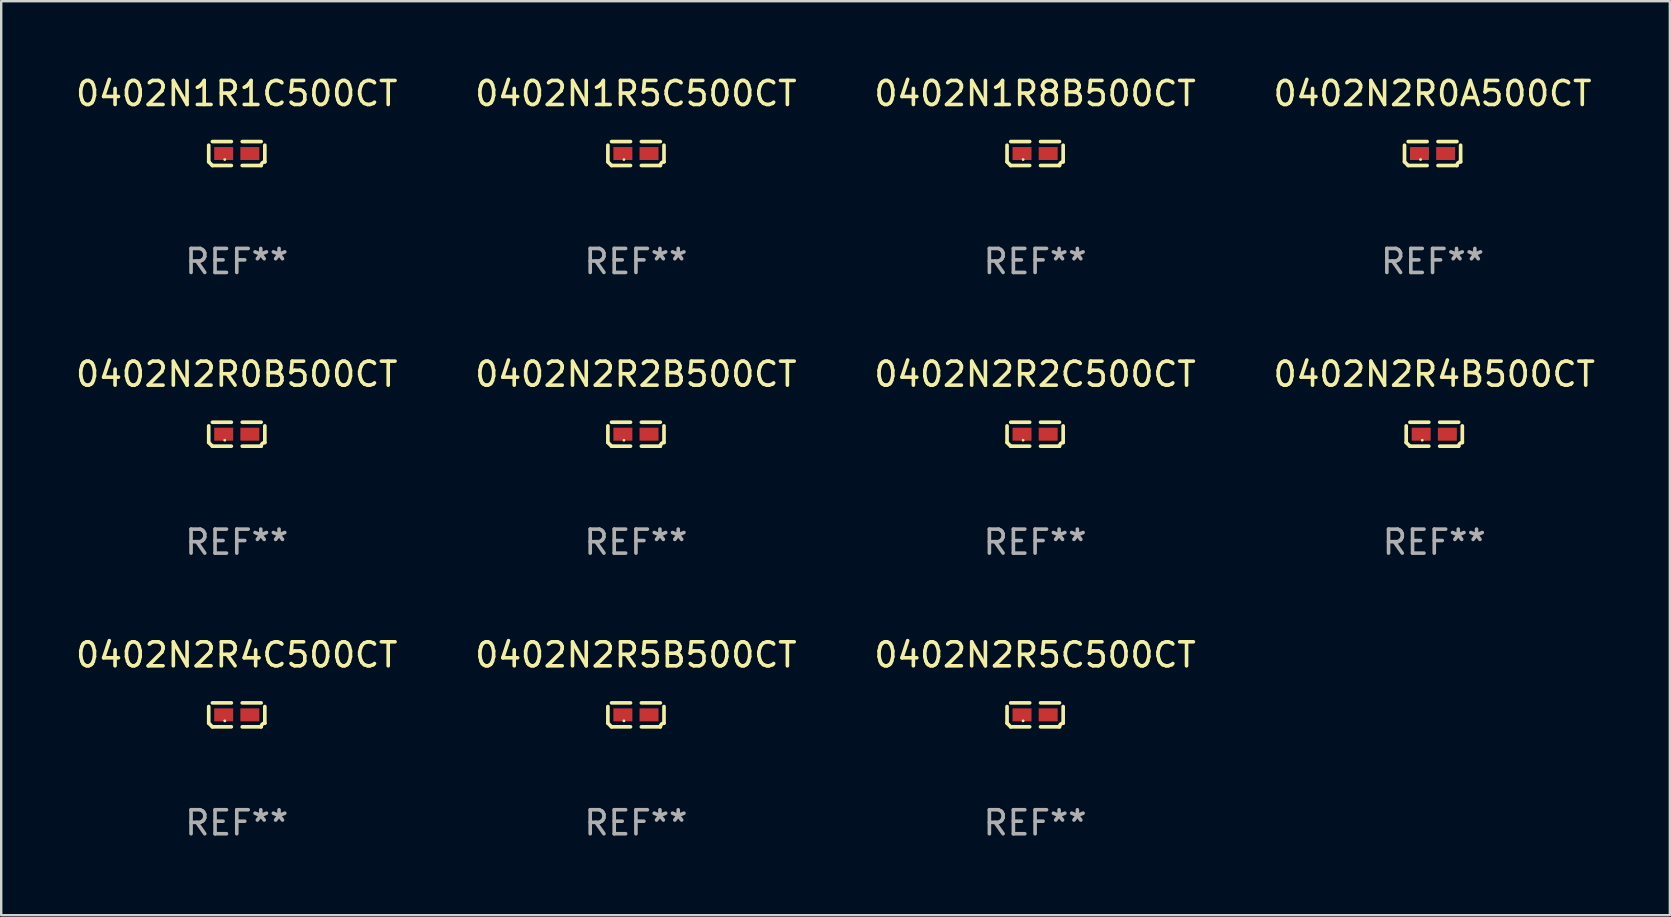
<source format=kicad_pcb>
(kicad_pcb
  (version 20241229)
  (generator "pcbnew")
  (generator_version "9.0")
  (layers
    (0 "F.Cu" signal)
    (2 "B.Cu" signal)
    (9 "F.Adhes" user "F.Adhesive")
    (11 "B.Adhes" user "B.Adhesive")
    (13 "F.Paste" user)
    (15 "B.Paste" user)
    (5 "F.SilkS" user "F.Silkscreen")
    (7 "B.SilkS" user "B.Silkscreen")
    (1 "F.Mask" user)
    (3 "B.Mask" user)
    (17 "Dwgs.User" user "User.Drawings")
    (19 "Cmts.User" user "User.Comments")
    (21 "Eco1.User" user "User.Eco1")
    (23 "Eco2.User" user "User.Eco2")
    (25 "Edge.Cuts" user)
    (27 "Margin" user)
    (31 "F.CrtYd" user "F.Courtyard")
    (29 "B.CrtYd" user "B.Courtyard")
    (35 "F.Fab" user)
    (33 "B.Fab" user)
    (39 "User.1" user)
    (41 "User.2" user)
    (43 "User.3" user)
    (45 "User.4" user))
  (footprint "0402N2R5C500CT"
    (layer "F.Cu")
    (at 40.077 26.734)
    (property "Reference" "0402N2R5C500CT" (at 0 -2.499 0) (layer "F.SilkS") (effects (font (size 1 1) (thickness 0.15))))
    (attr through_hole)
    (fp_line (start -1.169 0.346) (end -1.169 -0.346) (stroke (width 0.152) (type solid)) (layer "F.SilkS"))
    (fp_line (start -1.016 -0.499) (end -0.226 -0.499) (stroke (width 0.152) (type solid)) (layer "F.SilkS"))
    (fp_line (start -0.226 0.499) (end -1.016 0.499) (stroke (width 0.152) (type solid)) (layer "F.SilkS"))
    (fp_line (start 0.226 0.499) (end 1.016 0.499) (stroke (width 0.152) (type solid)) (layer "F.SilkS"))
    (fp_line (start 1.016 -0.499) (end 0.226 -0.499) (stroke (width 0.152) (type solid)) (layer "F.SilkS"))
    (fp_line (start 1.169 0.346) (end 1.169 -0.346) (stroke (width 0.152) (type solid)) (layer "F.SilkS"))
    (fp_arc (start -1.016307 0.498603) (mid -1.092512 0.422405) (end -1.16871 0.3462) (stroke (width 0.1524) (type solid)) (layer "F.SilkS"))
    (fp_arc (start 1.016307 0.498603) (mid 1.060899 0.390758) (end 1.168707 0.346076) (stroke (width 0.1524) (type solid)) (layer "F.SilkS"))
    (fp_circle (center -0.5 0.25) (end -0.47 0.25) (stroke (width 0.06) (type solid)) (fill no) (layer "F.SilkS"))
    (fp_text user "REF**" (at 0 4.499 0) (layer "F.Fab") (effects (font (size 1 1) (thickness 0.15))))
    (pad "1" smd rect (at -0.545 0) (size 0.79 0.54) (layers "F.Cu" "F.Mask" "F.Paste"))
    (pad "2" smd rect (at 0.545 0) (size 0.79 0.54) (layers "F.Cu" "F.Mask" "F.Paste")))
  (footprint "0402N1R8B500CT"
    (layer "F.Cu")
    (at 40.077 3.347)
    (property "Reference" "0402N1R8B500CT" (at 0 -2.499 0) (layer "F.SilkS") (effects (font (size 1 1) (thickness 0.15))))
    (attr through_hole)
    (fp_line (start -1.169 0.346) (end -1.169 -0.346) (stroke (width 0.152) (type solid)) (layer "F.SilkS"))
    (fp_line (start -1.016 -0.499) (end -0.226 -0.499) (stroke (width 0.152) (type solid)) (layer "F.SilkS"))
    (fp_line (start -0.226 0.499) (end -1.016 0.499) (stroke (width 0.152) (type solid)) (layer "F.SilkS"))
    (fp_line (start 0.226 0.499) (end 1.016 0.499) (stroke (width 0.152) (type solid)) (layer "F.SilkS"))
    (fp_line (start 1.016 -0.499) (end 0.226 -0.499) (stroke (width 0.152) (type solid)) (layer "F.SilkS"))
    (fp_line (start 1.169 0.346) (end 1.169 -0.346) (stroke (width 0.152) (type solid)) (layer "F.SilkS"))
    (fp_arc (start -1.016307 0.498603) (mid -1.092512 0.422405) (end -1.16871 0.3462) (stroke (width 0.1524) (type solid)) (layer "F.SilkS"))
    (fp_arc (start 1.016307 0.498603) (mid 1.060899 0.390758) (end 1.168707 0.346076) (stroke (width 0.1524) (type solid)) (layer "F.SilkS"))
    (fp_circle (center -0.5 0.25) (end -0.47 0.25) (stroke (width 0.06) (type solid)) (fill no) (layer "F.SilkS"))
    (fp_text user "REF**" (at 0 4.499 0) (layer "F.Fab") (effects (font (size 1 1) (thickness 0.15))))
    (pad "1" smd rect (at -0.545 0) (size 0.79 0.54) (layers "F.Cu" "F.Mask" "F.Paste"))
    (pad "2" smd rect (at 0.545 0) (size 0.79 0.54) (layers "F.Cu" "F.Mask" "F.Paste")))
  (footprint "0402N2R0A500CT"
    (layer "F.Cu")
    (at 56.637 3.347)
    (property "Reference" "0402N2R0A500CT" (at 0 -2.499 0) (layer "F.SilkS") (effects (font (size 1 1) (thickness 0.15))))
    (attr through_hole)
    (fp_line (start -1.169 0.346) (end -1.169 -0.346) (stroke (width 0.152) (type solid)) (layer "F.SilkS"))
    (fp_line (start -1.016 -0.499) (end -0.226 -0.499) (stroke (width 0.152) (type solid)) (layer "F.SilkS"))
    (fp_line (start -0.226 0.499) (end -1.016 0.499) (stroke (width 0.152) (type solid)) (layer "F.SilkS"))
    (fp_line (start 0.226 0.499) (end 1.016 0.499) (stroke (width 0.152) (type solid)) (layer "F.SilkS"))
    (fp_line (start 1.016 -0.499) (end 0.226 -0.499) (stroke (width 0.152) (type solid)) (layer "F.SilkS"))
    (fp_line (start 1.169 0.346) (end 1.169 -0.346) (stroke (width 0.152) (type solid)) (layer "F.SilkS"))
    (fp_arc (start -1.016307 0.498603) (mid -1.092512 0.422405) (end -1.16871 0.3462) (stroke (width 0.1524) (type solid)) (layer "F.SilkS"))
    (fp_arc (start 1.016307 0.498603) (mid 1.060899 0.390758) (end 1.168707 0.346076) (stroke (width 0.1524) (type solid)) (layer "F.SilkS"))
    (fp_circle (center -0.5 0.25) (end -0.47 0.25) (stroke (width 0.06) (type solid)) (fill no) (layer "F.SilkS"))
    (fp_text user "REF**" (at 0 4.499 0) (layer "F.Fab") (effects (font (size 1 1) (thickness 0.15))))
    (pad "1" smd rect (at -0.545 0) (size 0.79 0.54) (layers "F.Cu" "F.Mask" "F.Paste"))
    (pad "2" smd rect (at 0.545 0) (size 0.79 0.54) (layers "F.Cu" "F.Mask" "F.Paste")))
  (footprint "0402N1R5C500CT"
    (layer "F.Cu")
    (at 23.446 3.347)
    (property "Reference" "0402N1R5C500CT" (at 0 -2.499 0) (layer "F.SilkS") (effects (font (size 1 1) (thickness 0.15))))
    (attr through_hole)
    (fp_line (start -1.169 0.346) (end -1.169 -0.346) (stroke (width 0.152) (type solid)) (layer "F.SilkS"))
    (fp_line (start -1.016 -0.499) (end -0.226 -0.499) (stroke (width 0.152) (type solid)) (layer "F.SilkS"))
    (fp_line (start -0.226 0.499) (end -1.016 0.499) (stroke (width 0.152) (type solid)) (layer "F.SilkS"))
    (fp_line (start 0.226 0.499) (end 1.016 0.499) (stroke (width 0.152) (type solid)) (layer "F.SilkS"))
    (fp_line (start 1.016 -0.499) (end 0.226 -0.499) (stroke (width 0.152) (type solid)) (layer "F.SilkS"))
    (fp_line (start 1.169 0.346) (end 1.169 -0.346) (stroke (width 0.152) (type solid)) (layer "F.SilkS"))
    (fp_arc (start -1.016307 0.498603) (mid -1.092512 0.422405) (end -1.16871 0.3462) (stroke (width 0.1524) (type solid)) (layer "F.SilkS"))
    (fp_arc (start 1.016307 0.498603) (mid 1.060899 0.390758) (end 1.168707 0.346076) (stroke (width 0.1524) (type solid)) (layer "F.SilkS"))
    (fp_circle (center -0.5 0.25) (end -0.47 0.25) (stroke (width 0.06) (type solid)) (fill no) (layer "F.SilkS"))
    (fp_text user "REF**" (at 0 4.499 0) (layer "F.Fab") (effects (font (size 1 1) (thickness 0.15))))
    (pad "1" smd rect (at -0.545 0) (size 0.79 0.54) (layers "F.Cu" "F.Mask" "F.Paste"))
    (pad "2" smd rect (at 0.545 0) (size 0.79 0.54) (layers "F.Cu" "F.Mask" "F.Paste")))
  (footprint "0402N2R2B500CT"
    (layer "F.Cu")
    (at 23.446 15.041)
    (property "Reference" "0402N2R2B500CT" (at 0 -2.499 0) (layer "F.SilkS") (effects (font (size 1 1) (thickness 0.15))))
    (attr through_hole)
    (fp_line (start -1.169 0.346) (end -1.169 -0.346) (stroke (width 0.152) (type solid)) (layer "F.SilkS"))
    (fp_line (start -1.016 -0.499) (end -0.226 -0.499) (stroke (width 0.152) (type solid)) (layer "F.SilkS"))
    (fp_line (start -0.226 0.499) (end -1.016 0.499) (stroke (width 0.152) (type solid)) (layer "F.SilkS"))
    (fp_line (start 0.226 0.499) (end 1.016 0.499) (stroke (width 0.152) (type solid)) (layer "F.SilkS"))
    (fp_line (start 1.016 -0.499) (end 0.226 -0.499) (stroke (width 0.152) (type solid)) (layer "F.SilkS"))
    (fp_line (start 1.169 0.346) (end 1.169 -0.346) (stroke (width 0.152) (type solid)) (layer "F.SilkS"))
    (fp_arc (start -1.016307 0.498603) (mid -1.092512 0.422405) (end -1.16871 0.3462) (stroke (width 0.1524) (type solid)) (layer "F.SilkS"))
    (fp_arc (start 1.016307 0.498603) (mid 1.060899 0.390758) (end 1.168707 0.346076) (stroke (width 0.1524) (type solid)) (layer "F.SilkS"))
    (fp_circle (center -0.5 0.25) (end -0.47 0.25) (stroke (width 0.06) (type solid)) (fill no) (layer "F.SilkS"))
    (fp_text user "REF**" (at 0 4.499 0) (layer "F.Fab") (effects (font (size 1 1) (thickness 0.15))))
    (pad "1" smd rect (at -0.545 0) (size 0.79 0.54) (layers "F.Cu" "F.Mask" "F.Paste"))
    (pad "2" smd rect (at 0.545 0) (size 0.79 0.54) (layers "F.Cu" "F.Mask" "F.Paste")))
  (footprint "0402N1R1C500CT"
    (layer "F.Cu")
    (at 6.815 3.347)
    (property "Reference" "0402N1R1C500CT" (at 0 -2.499 0) (layer "F.SilkS") (effects (font (size 1 1) (thickness 0.15))))
    (attr through_hole)
    (fp_line (start -1.169 0.346) (end -1.169 -0.346) (stroke (width 0.152) (type solid)) (layer "F.SilkS"))
    (fp_line (start -1.016 -0.499) (end -0.226 -0.499) (stroke (width 0.152) (type solid)) (layer "F.SilkS"))
    (fp_line (start -0.226 0.499) (end -1.016 0.499) (stroke (width 0.152) (type solid)) (layer "F.SilkS"))
    (fp_line (start 0.226 0.499) (end 1.016 0.499) (stroke (width 0.152) (type solid)) (layer "F.SilkS"))
    (fp_line (start 1.016 -0.499) (end 0.226 -0.499) (stroke (width 0.152) (type solid)) (layer "F.SilkS"))
    (fp_line (start 1.169 0.346) (end 1.169 -0.346) (stroke (width 0.152) (type solid)) (layer "F.SilkS"))
    (fp_arc (start -1.016307 0.498603) (mid -1.092512 0.422405) (end -1.16871 0.3462) (stroke (width 0.1524) (type solid)) (layer "F.SilkS"))
    (fp_arc (start 1.016307 0.498603) (mid 1.060899 0.390758) (end 1.168707 0.346076) (stroke (width 0.1524) (type solid)) (layer "F.SilkS"))
    (fp_circle (center -0.5 0.25) (end -0.47 0.25) (stroke (width 0.06) (type solid)) (fill no) (layer "F.SilkS"))
    (fp_text user "REF**" (at 0 4.499 0) (layer "F.Fab") (effects (font (size 1 1) (thickness 0.15))))
    (pad "1" smd rect (at -0.545 0) (size 0.79 0.54) (layers "F.Cu" "F.Mask" "F.Paste"))
    (pad "2" smd rect (at 0.545 0) (size 0.79 0.54) (layers "F.Cu" "F.Mask" "F.Paste")))
  (footprint "0402N2R5B500CT"
    (layer "F.Cu")
    (at 23.446 26.734)
    (property "Reference" "0402N2R5B500CT" (at 0 -2.499 0) (layer "F.SilkS") (effects (font (size 1 1) (thickness 0.15))))
    (attr through_hole)
    (fp_line (start -1.169 0.346) (end -1.169 -0.346) (stroke (width 0.152) (type solid)) (layer "F.SilkS"))
    (fp_line (start -1.016 -0.499) (end -0.226 -0.499) (stroke (width 0.152) (type solid)) (layer "F.SilkS"))
    (fp_line (start -0.226 0.499) (end -1.016 0.499) (stroke (width 0.152) (type solid)) (layer "F.SilkS"))
    (fp_line (start 0.226 0.499) (end 1.016 0.499) (stroke (width 0.152) (type solid)) (layer "F.SilkS"))
    (fp_line (start 1.016 -0.499) (end 0.226 -0.499) (stroke (width 0.152) (type solid)) (layer "F.SilkS"))
    (fp_line (start 1.169 0.346) (end 1.169 -0.346) (stroke (width 0.152) (type solid)) (layer "F.SilkS"))
    (fp_arc (start -1.016307 0.498603) (mid -1.092512 0.422405) (end -1.16871 0.3462) (stroke (width 0.1524) (type solid)) (layer "F.SilkS"))
    (fp_arc (start 1.016307 0.498603) (mid 1.060899 0.390758) (end 1.168707 0.346076) (stroke (width 0.1524) (type solid)) (layer "F.SilkS"))
    (fp_circle (center -0.5 0.25) (end -0.47 0.25) (stroke (width 0.06) (type solid)) (fill no) (layer "F.SilkS"))
    (fp_text user "REF**" (at 0 4.499 0) (layer "F.Fab") (effects (font (size 1 1) (thickness 0.15))))
    (pad "1" smd rect (at -0.545 0) (size 0.79 0.54) (layers "F.Cu" "F.Mask" "F.Paste"))
    (pad "2" smd rect (at 0.545 0) (size 0.79 0.54) (layers "F.Cu" "F.Mask" "F.Paste")))
  (footprint "0402N2R2C500CT"
    (layer "F.Cu")
    (at 40.077 15.041)
    (property "Reference" "0402N2R2C500CT" (at 0 -2.499 0) (layer "F.SilkS") (effects (font (size 1 1) (thickness 0.15))))
    (attr through_hole)
    (fp_line (start -1.169 0.346) (end -1.169 -0.346) (stroke (width 0.152) (type solid)) (layer "F.SilkS"))
    (fp_line (start -1.016 -0.499) (end -0.226 -0.499) (stroke (width 0.152) (type solid)) (layer "F.SilkS"))
    (fp_line (start -0.226 0.499) (end -1.016 0.499) (stroke (width 0.152) (type solid)) (layer "F.SilkS"))
    (fp_line (start 0.226 0.499) (end 1.016 0.499) (stroke (width 0.152) (type solid)) (layer "F.SilkS"))
    (fp_line (start 1.016 -0.499) (end 0.226 -0.499) (stroke (width 0.152) (type solid)) (layer "F.SilkS"))
    (fp_line (start 1.169 0.346) (end 1.169 -0.346) (stroke (width 0.152) (type solid)) (layer "F.SilkS"))
    (fp_arc (start -1.016307 0.498603) (mid -1.092512 0.422405) (end -1.16871 0.3462) (stroke (width 0.1524) (type solid)) (layer "F.SilkS"))
    (fp_arc (start 1.016307 0.498603) (mid 1.060899 0.390758) (end 1.168707 0.346076) (stroke (width 0.1524) (type solid)) (layer "F.SilkS"))
    (fp_circle (center -0.5 0.25) (end -0.47 0.25) (stroke (width 0.06) (type solid)) (fill no) (layer "F.SilkS"))
    (fp_text user "REF**" (at 0 4.499 0) (layer "F.Fab") (effects (font (size 1 1) (thickness 0.15))))
    (pad "1" smd rect (at -0.545 0) (size 0.79 0.54) (layers "F.Cu" "F.Mask" "F.Paste"))
    (pad "2" smd rect (at 0.545 0) (size 0.79 0.54) (layers "F.Cu" "F.Mask" "F.Paste")))
  (footprint "0402N2R0B500CT"
    (layer "F.Cu")
    (at 6.815 15.041)
    (property "Reference" "0402N2R0B500CT" (at 0 -2.499 0) (layer "F.SilkS") (effects (font (size 1 1) (thickness 0.15))))
    (attr through_hole)
    (fp_line (start -1.169 0.346) (end -1.169 -0.346) (stroke (width 0.152) (type solid)) (layer "F.SilkS"))
    (fp_line (start -1.016 -0.499) (end -0.226 -0.499) (stroke (width 0.152) (type solid)) (layer "F.SilkS"))
    (fp_line (start -0.226 0.499) (end -1.016 0.499) (stroke (width 0.152) (type solid)) (layer "F.SilkS"))
    (fp_line (start 0.226 0.499) (end 1.016 0.499) (stroke (width 0.152) (type solid)) (layer "F.SilkS"))
    (fp_line (start 1.016 -0.499) (end 0.226 -0.499) (stroke (width 0.152) (type solid)) (layer "F.SilkS"))
    (fp_line (start 1.169 0.346) (end 1.169 -0.346) (stroke (width 0.152) (type solid)) (layer "F.SilkS"))
    (fp_arc (start -1.016307 0.498603) (mid -1.092512 0.422405) (end -1.16871 0.3462) (stroke (width 0.1524) (type solid)) (layer "F.SilkS"))
    (fp_arc (start 1.016307 0.498603) (mid 1.060899 0.390758) (end 1.168707 0.346076) (stroke (width 0.1524) (type solid)) (layer "F.SilkS"))
    (fp_circle (center -0.5 0.25) (end -0.47 0.25) (stroke (width 0.06) (type solid)) (fill no) (layer "F.SilkS"))
    (fp_text user "REF**" (at 0 4.499 0) (layer "F.Fab") (effects (font (size 1 1) (thickness 0.15))))
    (pad "1" smd rect (at -0.545 0) (size 0.79 0.54) (layers "F.Cu" "F.Mask" "F.Paste"))
    (pad "2" smd rect (at 0.545 0) (size 0.79 0.54) (layers "F.Cu" "F.Mask" "F.Paste")))
  (footprint "0402N2R4B500CT"
    (layer "F.Cu")
    (at 56.708 15.041)
    (property "Reference" "0402N2R4B500CT" (at 0 -2.499 0) (layer "F.SilkS") (effects (font (size 1 1) (thickness 0.15))))
    (attr through_hole)
    (fp_line (start -1.169 0.346) (end -1.169 -0.346) (stroke (width 0.152) (type solid)) (layer "F.SilkS"))
    (fp_line (start -1.016 -0.499) (end -0.226 -0.499) (stroke (width 0.152) (type solid)) (layer "F.SilkS"))
    (fp_line (start -0.226 0.499) (end -1.016 0.499) (stroke (width 0.152) (type solid)) (layer "F.SilkS"))
    (fp_line (start 0.226 0.499) (end 1.016 0.499) (stroke (width 0.152) (type solid)) (layer "F.SilkS"))
    (fp_line (start 1.016 -0.499) (end 0.226 -0.499) (stroke (width 0.152) (type solid)) (layer "F.SilkS"))
    (fp_line (start 1.169 0.346) (end 1.169 -0.346) (stroke (width 0.152) (type solid)) (layer "F.SilkS"))
    (fp_arc (start -1.016307 0.498603) (mid -1.092512 0.422405) (end -1.16871 0.3462) (stroke (width 0.1524) (type solid)) (layer "F.SilkS"))
    (fp_arc (start 1.016307 0.498603) (mid 1.060899 0.390758) (end 1.168707 0.346076) (stroke (width 0.1524) (type solid)) (layer "F.SilkS"))
    (fp_circle (center -0.5 0.25) (end -0.47 0.25) (stroke (width 0.06) (type solid)) (fill no) (layer "F.SilkS"))
    (fp_text user "REF**" (at 0 4.499 0) (layer "F.Fab") (effects (font (size 1 1) (thickness 0.15))))
    (pad "1" smd rect (at -0.545 0) (size 0.79 0.54) (layers "F.Cu" "F.Mask" "F.Paste"))
    (pad "2" smd rect (at 0.545 0) (size 0.79 0.54) (layers "F.Cu" "F.Mask" "F.Paste")))
  (footprint "0402N2R4C500CT"
    (layer "F.Cu")
    (at 6.815 26.734)
    (property "Reference" "0402N2R4C500CT" (at 0 -2.499 0) (layer "F.SilkS") (effects (font (size 1 1) (thickness 0.15))))
    (attr through_hole)
    (fp_line (start -1.169 0.346) (end -1.169 -0.346) (stroke (width 0.152) (type solid)) (layer "F.SilkS"))
    (fp_line (start -1.016 -0.499) (end -0.226 -0.499) (stroke (width 0.152) (type solid)) (layer "F.SilkS"))
    (fp_line (start -0.226 0.499) (end -1.016 0.499) (stroke (width 0.152) (type solid)) (layer "F.SilkS"))
    (fp_line (start 0.226 0.499) (end 1.016 0.499) (stroke (width 0.152) (type solid)) (layer "F.SilkS"))
    (fp_line (start 1.016 -0.499) (end 0.226 -0.499) (stroke (width 0.152) (type solid)) (layer "F.SilkS"))
    (fp_line (start 1.169 0.346) (end 1.169 -0.346) (stroke (width 0.152) (type solid)) (layer "F.SilkS"))
    (fp_arc (start -1.016307 0.498603) (mid -1.092512 0.422405) (end -1.16871 0.3462) (stroke (width 0.1524) (type solid)) (layer "F.SilkS"))
    (fp_arc (start 1.016307 0.498603) (mid 1.060899 0.390758) (end 1.168707 0.346076) (stroke (width 0.1524) (type solid)) (layer "F.SilkS"))
    (fp_circle (center -0.5 0.25) (end -0.47 0.25) (stroke (width 0.06) (type solid)) (fill no) (layer "F.SilkS"))
    (fp_text user "REF**" (at 0 4.499 0) (layer "F.Fab") (effects (font (size 1 1) (thickness 0.15))))
    (pad "1" smd rect (at -0.545 0) (size 0.79 0.54) (layers "F.Cu" "F.Mask" "F.Paste"))
    (pad "2" smd rect (at 0.545 0) (size 0.79 0.54) (layers "F.Cu" "F.Mask" "F.Paste")))
  (gr_rect
    (start -3 -3)
    (end 66.524 35.081)
    (stroke (width 0.1) (type default))
    (fill no)
    (layer "Edge.Cuts")))
</source>
